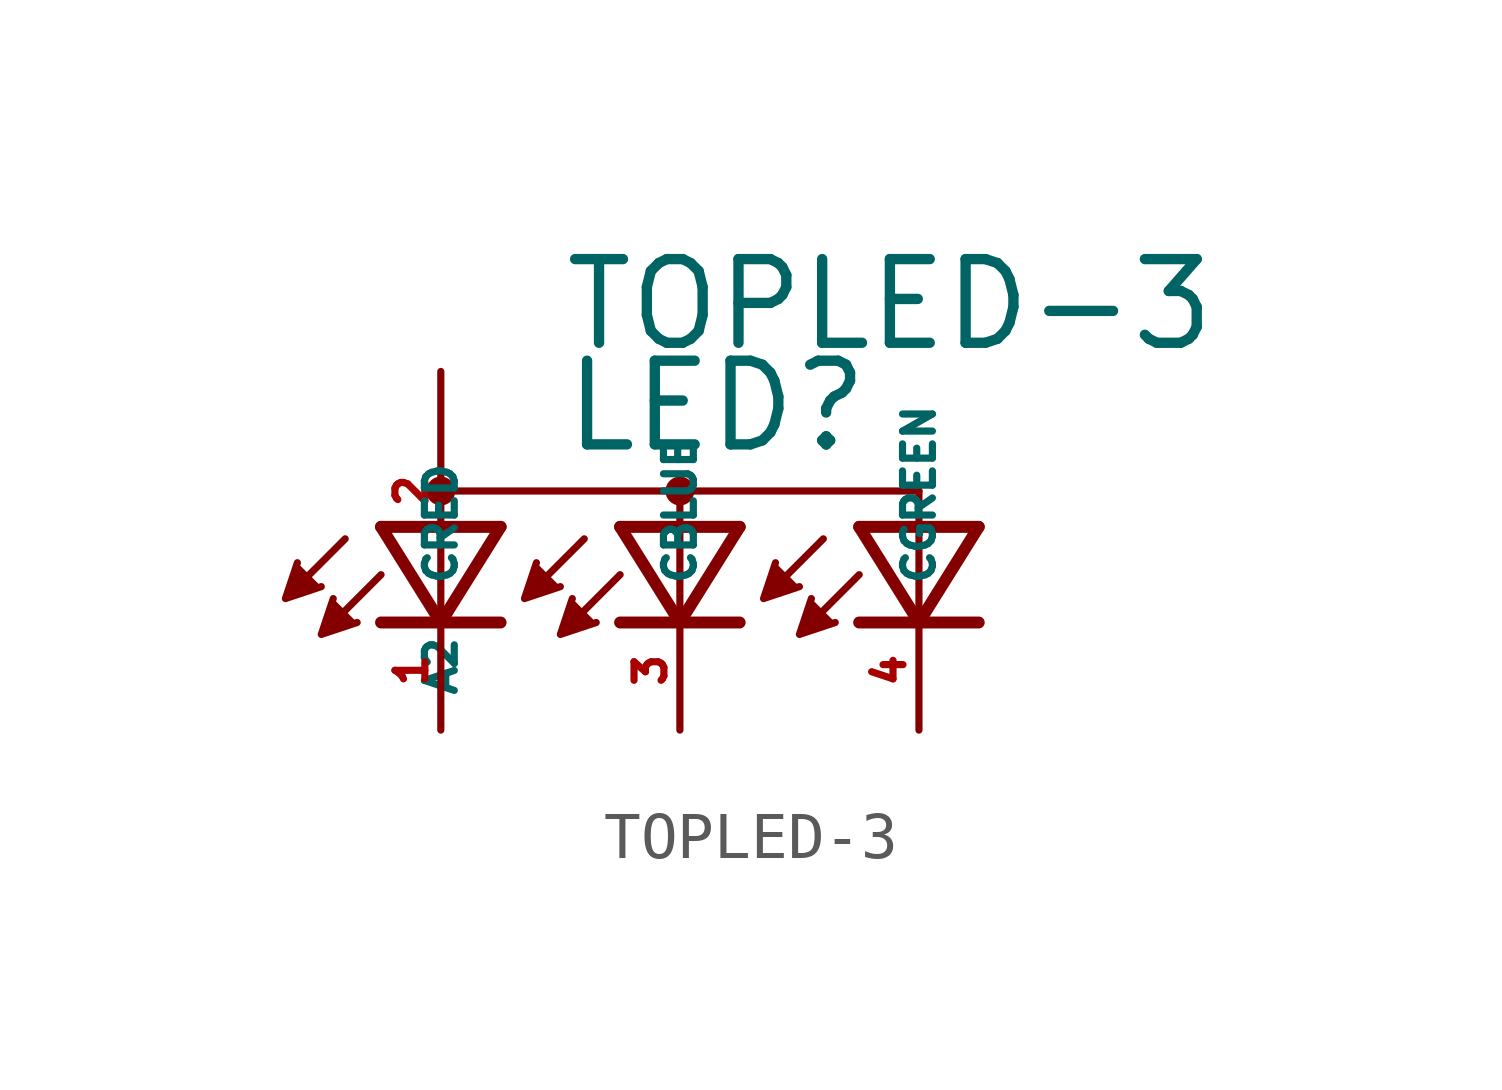
<source format=kicad_sym>
(kicad_symbol_lib
  (version 20220914)
  (generator kicad_symbol_editor)
  (symbol "TOPLED-3"
    (property "Reference" "LED"
      (at -2.54 3.302 0)
      (effects (font (size 1.778 1.778) (thickness 0.22)) (justify left bottom)))
    (property "Value" "TOPLED-3"
      (at -2.54 5.461 0)
      (effects (font (size 1.778 1.778) (thickness 0.22)) (justify left bottom)))
    (symbol "TOPLED-3_1_1"
      (circle (center -5.08 2.54) (radius 0.18) (stroke (width 0.254) (type default)) (fill (type none)))
      (polyline (pts (xy -7.112 1.524) (xy -8.001 0.635)) (stroke (width 0.152) (type default)) (fill (type none)))
      (polyline (pts (xy -6.35 0.762) (xy -7.239 -0.127)) (stroke (width 0.152) (type default)) (fill (type none)))
      (polyline (pts (xy -5.08 -0.254) (xy -6.35 -0.254)) (stroke (width 0.254) (type default)) (fill (type none)))
      (polyline (pts (xy -5.08 -0.254) (xy -6.35 1.778)) (stroke (width 0.254) (type default)) (fill (type none)))
      (polyline (pts (xy -5.08 2.54) (xy 0 2.54)) (stroke (width 0.152) (type default)) (fill (type none)))
      (polyline (pts (xy -3.81 -0.254) (xy -5.08 -0.254)) (stroke (width 0.254) (type default)) (fill (type none)))
      (polyline (pts (xy -3.81 1.778) (xy -6.35 1.778)) (stroke (width 0.254) (type default)) (fill (type none)))
      (polyline (pts (xy -3.81 1.778) (xy -5.08 -0.254)) (stroke (width 0.254) (type default)) (fill (type none)))
      (polyline (pts (xy -2.032 1.524) (xy -2.921 0.635)) (stroke (width 0.152) (type default)) (fill (type none)))
      (polyline (pts (xy -1.27 0.762) (xy -2.159 -0.127)) (stroke (width 0.152) (type default)) (fill (type none)))
      (polyline (pts (xy 0 -0.254) (xy -1.27 -0.254)) (stroke (width 0.254) (type default)) (fill (type none)))
      (polyline (pts (xy 0 -0.254) (xy -1.27 1.778)) (stroke (width 0.254) (type default)) (fill (type none)))
      (polyline (pts (xy 0 2.54) (xy 0 0)) (stroke (width 0.152) (type default)) (fill (type none)))
      (polyline (pts (xy 0 2.54) (xy 5.08 2.54)) (stroke (width 0.152) (type default)) (fill (type none)))
      (polyline (pts (xy 1.27 -0.254) (xy 0 -0.254)) (stroke (width 0.254) (type default)) (fill (type none)))
      (polyline (pts (xy 1.27 1.778) (xy -1.27 1.778)) (stroke (width 0.254) (type default)) (fill (type none)))
      (polyline (pts (xy 1.27 1.778) (xy 0 -0.254)) (stroke (width 0.254) (type default)) (fill (type none)))
      (polyline (pts (xy 3.048 1.524) (xy 2.159 0.635)) (stroke (width 0.152) (type default)) (fill (type none)))
      (polyline (pts (xy 3.81 0.762) (xy 2.921 -0.127)) (stroke (width 0.152) (type default)) (fill (type none)))
      (polyline (pts (xy 5.08 -0.254) (xy 3.81 -0.254)) (stroke (width 0.254) (type default)) (fill (type none)))
      (polyline (pts (xy 5.08 -0.254) (xy 3.81 1.778)) (stroke (width 0.254) (type default)) (fill (type none)))
      (polyline (pts (xy 5.08 2.54) (xy 5.08 0)) (stroke (width 0.152) (type default)) (fill (type none)))
      (polyline (pts (xy 6.35 -0.254) (xy 5.08 -0.254)) (stroke (width 0.254) (type default)) (fill (type none)))
      (polyline (pts (xy 6.35 1.778) (xy 3.81 1.778)) (stroke (width 0.254) (type default)) (fill (type none)))
      (polyline (pts (xy 6.35 1.778) (xy 5.08 -0.254)) (stroke (width 0.254) (type default)) (fill (type none)))
      (polyline (pts (xy -8.128 1.016) (xy -8.382 0.254) (xy -7.62 0.508)) (stroke (width 0.152) (type default)) (fill (type outline)))
      (polyline (pts (xy -7.366 0.254) (xy -7.62 -0.508) (xy -6.858 -0.254)) (stroke (width 0.152) (type default)) (fill (type outline)))
      (polyline (pts (xy -3.048 1.016) (xy -3.302 0.254) (xy -2.54 0.508)) (stroke (width 0.152) (type default)) (fill (type outline)))
      (polyline (pts (xy -2.286 0.254) (xy -2.54 -0.508) (xy -1.778 -0.254)) (stroke (width 0.152) (type default)) (fill (type outline)))
      (polyline (pts (xy 2.032 1.016) (xy 1.778 0.254) (xy 2.54 0.508)) (stroke (width 0.152) (type default)) (fill (type outline)))
      (polyline (pts (xy 2.794 0.254) (xy 2.54 -0.508) (xy 3.302 -0.254)) (stroke (width 0.152) (type default)) (fill (type outline)))
      (circle (center 0 2.54) (radius 0.18) (stroke (width 0.254) (type default)) (fill (type none)))
      (pin passive line (at -5.08 -2.54 90) (length 2.54) (name "CRED" (effects (font (size 0.635 0.635)))) (number "1" (effects (font (size 0.635 0.635)))))
      (pin passive line (at -5.08 5.08 270) (length 5.08) (name "A2" (effects (font (size 0.635 0.635)))) (number "2" (effects (font (size 0.635 0.635)))))
      (pin passive line (at 0 -2.54 90) (length 2.54) (name "CBLUE" (effects (font (size 0.635 0.635)))) (number "3" (effects (font (size 0.635 0.635)))))
      (pin passive line (at 5.08 -2.54 90) (length 2.54) (name "CGREEN" (effects (font (size 0.635 0.635)))) (number "4" (effects (font (size 0.635 0.635))))))))
</source>
